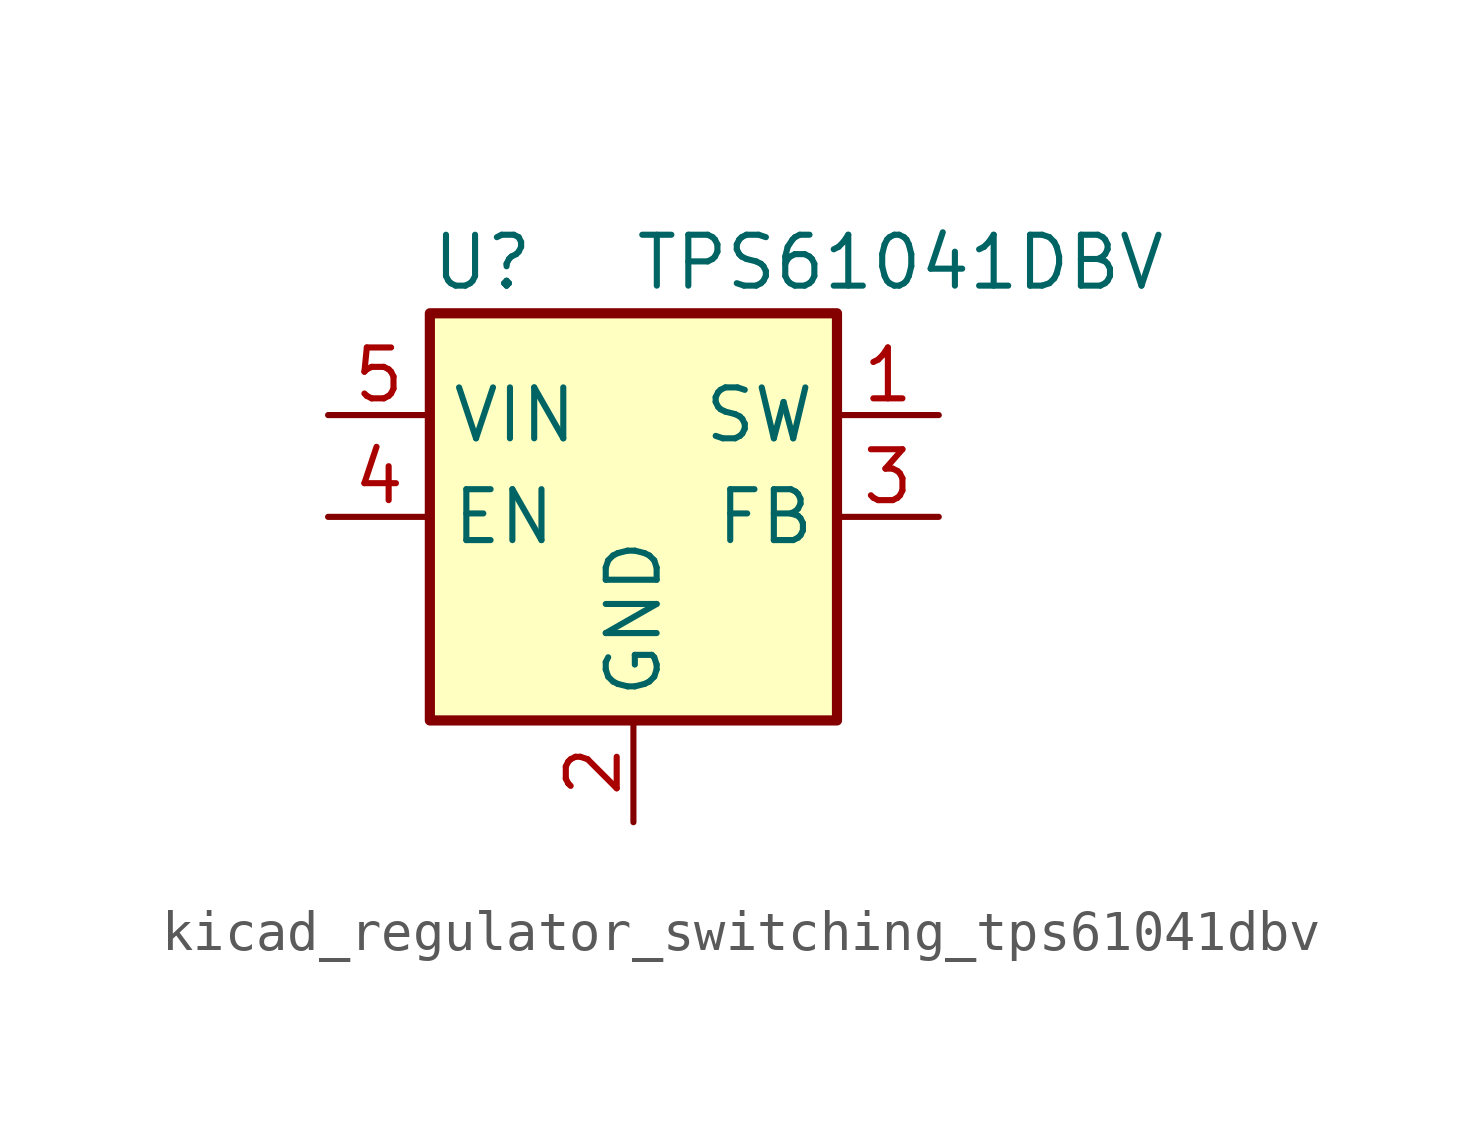
<source format=kicad_sym>
(kicad_symbol_lib
  (version 20220914)
  (generator kicad_symbol_editor)
  (symbol "kicad_regulator_switching_tps61041dbv"
    (property "Reference" "U"
      (at -5.08 6.35 0)
      (effects (font (size 1.27 1.27)) (justify left)))
    (property "Value" "TPS61041DBV"
      (at 0 6.35 0)
      (effects (font (size 1.27 1.27)) (justify left)))
    (symbol "kicad_regulator_switching_tps61041dbv_0_1"
      (rectangle (start -5.08 5.08) (end 5.08 -5.08) (stroke (width 0.254) (type default)) (fill (type background))))
    (symbol "kicad_regulator_switching_tps61041dbv_1_1"
      (pin power_out line (at 7.62 2.54 180) (length 2.54) (name "SW" (effects (font (size 1.27 1.27)))) (number "1" (effects (font (size 1.27 1.27)))))
      (pin power_in line (at 0 -7.62 90) (length 2.54) (name "GND" (effects (font (size 1.27 1.27)))) (number "2" (effects (font (size 1.27 1.27)))))
      (pin input line (at 7.62 0 180) (length 2.54) (name "FB" (effects (font (size 1.27 1.27)))) (number "3" (effects (font (size 1.27 1.27)))))
      (pin input line (at -7.62 0 0) (length 2.54) (name "EN" (effects (font (size 1.27 1.27)))) (number "4" (effects (font (size 1.27 1.27)))))
      (pin power_in line (at -7.62 2.54 0) (length 2.54) (name "VIN" (effects (font (size 1.27 1.27)))) (number "5" (effects (font (size 1.27 1.27))))))))
</source>
